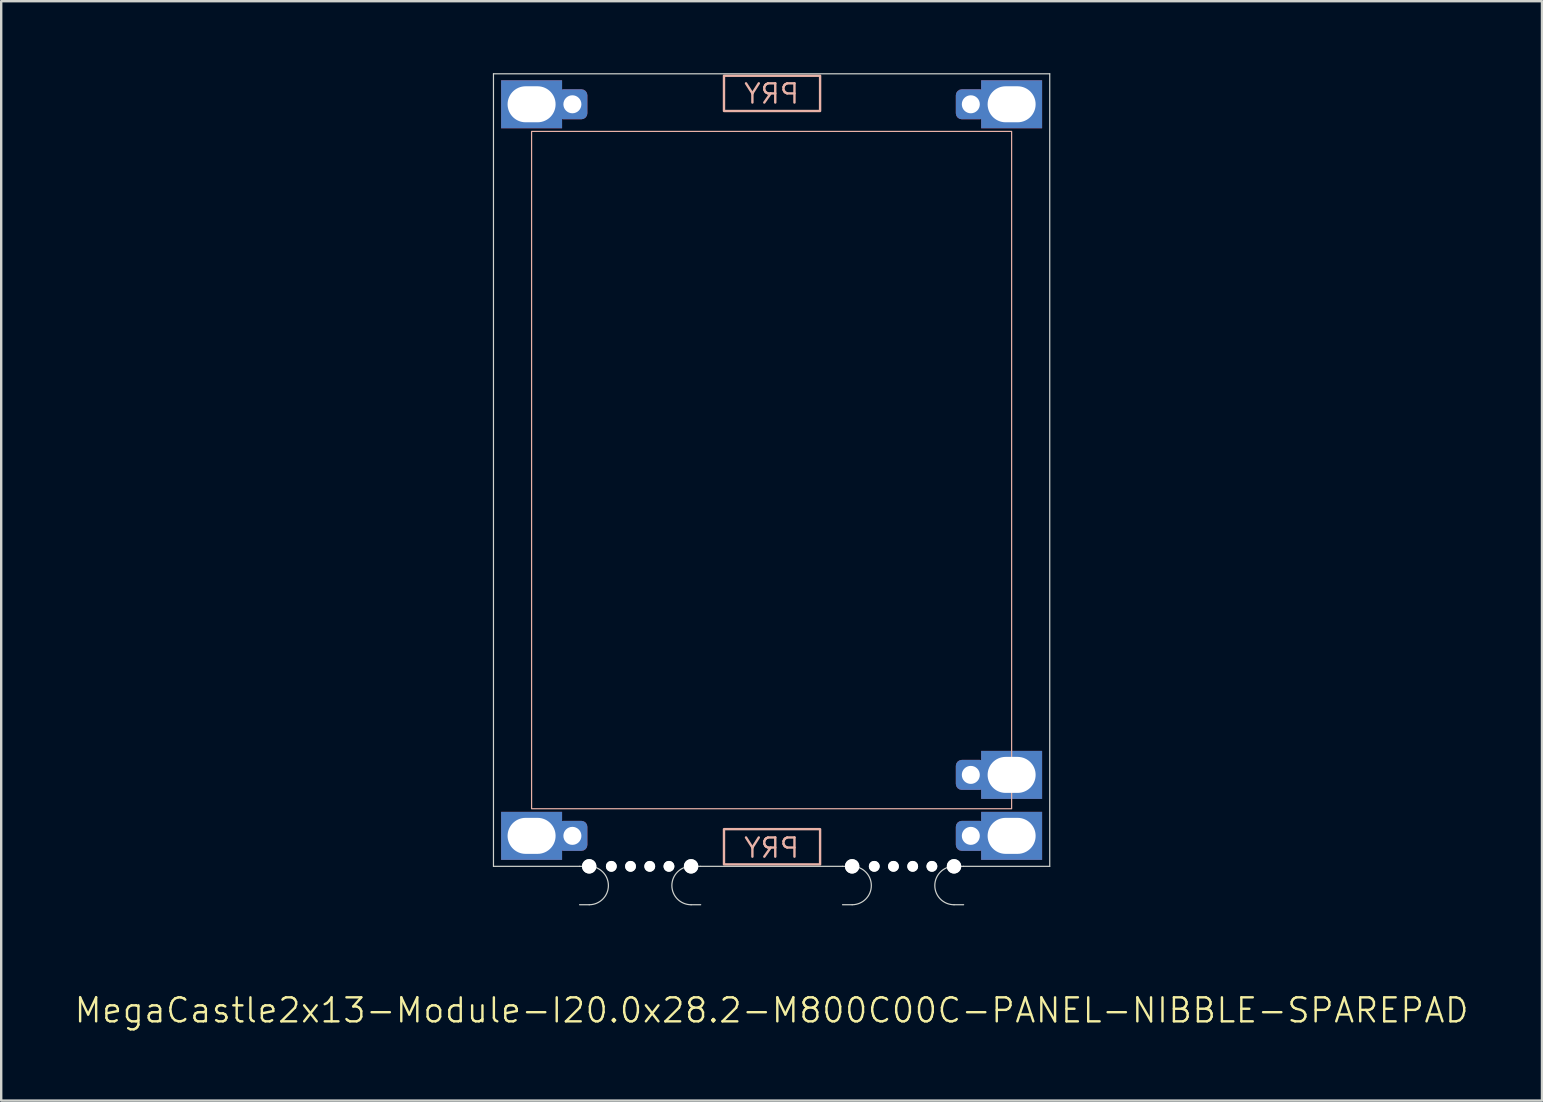
<source format=kicad_pcb>
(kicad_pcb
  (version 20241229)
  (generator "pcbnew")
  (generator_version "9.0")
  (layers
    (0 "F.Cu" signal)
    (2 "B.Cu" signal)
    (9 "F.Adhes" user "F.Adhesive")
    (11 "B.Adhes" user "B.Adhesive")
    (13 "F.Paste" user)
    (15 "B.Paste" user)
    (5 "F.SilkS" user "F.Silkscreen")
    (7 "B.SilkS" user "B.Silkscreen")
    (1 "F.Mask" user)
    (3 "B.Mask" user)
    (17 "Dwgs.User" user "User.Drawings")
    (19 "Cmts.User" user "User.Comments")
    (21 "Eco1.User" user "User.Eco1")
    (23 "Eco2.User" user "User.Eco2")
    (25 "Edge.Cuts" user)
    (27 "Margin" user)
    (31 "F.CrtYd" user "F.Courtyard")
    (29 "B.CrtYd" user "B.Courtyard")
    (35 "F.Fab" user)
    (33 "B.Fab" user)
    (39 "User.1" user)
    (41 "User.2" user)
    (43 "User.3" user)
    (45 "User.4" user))
  (footprint "MegaCastle2x13-Module-I20.0x28.2-M800C00C-PANEL-NIBBLE-SPAREPAD"
    (layer "F.Cu")
    (at 29.098 16.535)
    (property "Reference" "MegaCastle2x13-Module-I20.0x28.2-M800C00C-PANEL-NIBBLE-SPAREPAD" (at 0 22.51 0) (unlocked yes) (layer "F.SilkS") (effects (font (size 1 1) (thickness 0.1))))
    (attr smd)
    (fp_rect (start -10 14.11) (end 10 -14.11) (stroke (width 0.05) (type default)) (fill no) (layer "B.SilkS"))
    (fp_rect (start -1.984 -14.961) (end 2.02 -16.43) (stroke (width 0.1) (type default)) (fill no) (layer "B.SilkS"))
    (fp_rect (start -1.984 14.961) (end 2.02 16.43) (stroke (width 0.1) (type default)) (fill no) (layer "B.SilkS"))
    (fp_line (start -11.588 -16.51) (end -11.588 16.51) (stroke (width 0.05) (type default)) (layer "Edge.Cuts"))
    (fp_line (start -11.588 -16.51) (end 11.588 -16.51) (stroke (width 0.05) (type default)) (layer "Edge.Cuts"))
    (fp_line (start -11.588 16.51) (end -8 16.51) (stroke (width 0.05) (type default)) (layer "Edge.Cuts"))
    (fp_line (start -8 16.51) (end -7.6 16.51) (stroke (width 0.05) (type default)) (layer "Edge.Cuts"))
    (fp_line (start -8 18.11) (end -7.6 18.11) (stroke (width 0.05) (type default)) (layer "Edge.Cuts"))
    (fp_line (start -2.955 16.51) (end -3.355 16.51) (stroke (width 0.05) (type default)) (layer "Edge.Cuts"))
    (fp_line (start -2.955 16.51) (end 2.955 16.51) (stroke (width 0.05) (type default)) (layer "Edge.Cuts"))
    (fp_line (start -2.955 18.11) (end -3.355 18.11) (stroke (width 0.05) (type default)) (layer "Edge.Cuts"))
    (fp_line (start 2.955 16.51) (end 3.355 16.51) (stroke (width 0.05) (type default)) (layer "Edge.Cuts"))
    (fp_line (start 2.955 18.11) (end 3.355 18.11) (stroke (width 0.05) (type default)) (layer "Edge.Cuts"))
    (fp_line (start 8 16.51) (end 7.6 16.51) (stroke (width 0.05) (type default)) (layer "Edge.Cuts"))
    (fp_line (start 8 16.51) (end 11.588 16.51) (stroke (width 0.05) (type default)) (layer "Edge.Cuts"))
    (fp_line (start 8 18.11) (end 7.6 18.11) (stroke (width 0.05) (type default)) (layer "Edge.Cuts"))
    (fp_line (start 11.588 -16.51) (end 11.588 16.51) (stroke (width 0.05) (type default)) (layer "Edge.Cuts"))
    (fp_arc (start -7.6 16.51) (mid -6.8 17.309999) (end -7.6 18.110001) (stroke (width 0.05) (type default)) (layer "Edge.Cuts"))
    (fp_arc (start -3.355 18.110001) (mid -4.155 17.310001) (end -3.355 16.51) (stroke (width 0.05) (type default)) (layer "Edge.Cuts"))
    (fp_arc (start 3.355 16.51) (mid 4.155 17.309999) (end 3.355 18.110001) (stroke (width 0.05) (type default)) (layer "Edge.Cuts"))
    (fp_arc (start 7.6 18.110001) (mid 6.799999 17.31) (end 7.6 16.51) (stroke (width 0.05) (type default)) (layer "Edge.Cuts"))
    (fp_text user "PRY" (at 0 16.21 0) (unlocked yes) (layer "B.SilkS") (effects (font (size 0.8 0.8) (thickness 0.1)) (justify bottom mirror)))
    (fp_text user "PRY" (at 0 -15.21 0) (unlocked yes) (layer "B.SilkS") (effects (font (size 0.8 0.8) (thickness 0.1)) (justify bottom mirror)))
    (pad "" np_thru_hole circle (at -7.6 16.51) (size 0.6 0.6) (drill 0.6) (layers "*.Cu" "Edge.Cuts"))
    (pad "" np_thru_hole circle (at -6.678 16.51) (size 0.45 0.45) (drill 0.45) (layers "*.Cu" "Edge.Cuts"))
    (pad "" np_thru_hole circle (at -5.878 16.51) (size 0.45 0.45) (drill 0.45) (layers "*.Cu" "Edge.Cuts"))
    (pad "" np_thru_hole circle (at -5.077 16.51) (size 0.45 0.45) (drill 0.45) (layers "*.Cu" "Edge.Cuts"))
    (pad "" np_thru_hole circle (at -4.277 16.51) (size 0.45 0.45) (drill 0.45) (layers "*.Cu" "Edge.Cuts"))
    (pad "" np_thru_hole circle (at -3.355 16.51) (size 0.6 0.6) (drill 0.6) (layers "*.Cu" "Edge.Cuts"))
    (pad "" np_thru_hole circle (at 3.355 16.51) (size 0.6 0.6) (drill 0.6) (layers "*.Cu" "Edge.Cuts"))
    (pad "" np_thru_hole circle (at 4.277 16.51) (size 0.45 0.45) (drill 0.45) (layers "*.Cu" "Edge.Cuts"))
    (pad "" np_thru_hole circle (at 5.077 16.51) (size 0.45 0.45) (drill 0.45) (layers "*.Cu" "Edge.Cuts"))
    (pad "" np_thru_hole circle (at 5.878 16.51) (size 0.45 0.45) (drill 0.45) (layers "*.Cu" "Edge.Cuts"))
    (pad "" np_thru_hole circle (at 6.678 16.51) (size 0.45 0.45) (drill 0.45) (layers "*.Cu" "Edge.Cuts"))
    (pad "" np_thru_hole circle (at 7.6 16.51) (size 0.6 0.6) (drill 0.6) (layers "*.Cu" "Edge.Cuts"))
    (pad "1" thru_hole rect (at -10 -15.24) (size 2.54 2) (drill oval 2 1.5) (property pad_prop_castellated) (layers "*.Cu" "*.Mask"))
    (pad "1" thru_hole roundrect (at -8.3 -15.24 180) (size 1.25 1.25) (drill 0.75) (layers "*.Cu" "*.Mask") (roundrect_rratio 0.2))
    (pad "13" thru_hole rect (at -10 15.24) (size 2.54 2) (drill oval 2 1.5) (property pad_prop_castellated) (layers "*.Cu" "*.Mask"))
    (pad "13" thru_hole roundrect (at -8.3 15.24 180) (size 1.25 1.25) (drill 0.75) (layers "*.Cu" "*.Mask") (roundrect_rratio 0.2))
    (pad "14" thru_hole roundrect (at 8.3 -15.24 180) (size 1.25 1.25) (drill 0.75) (layers "*.Cu" "*.Mask") (roundrect_rratio 0.2))
    (pad "14" thru_hole rect (at 10 -15.24) (size 2.54 2) (drill oval 2 1.5) (property pad_prop_castellated) (layers "*.Cu" "*.Mask"))
    (pad "25" thru_hole roundrect (at 8.3 12.7 180) (size 1.25 1.25) (drill 0.75) (layers "*.Cu" "*.Mask") (roundrect_rratio 0.2))
    (pad "25" thru_hole rect (at 10 12.7) (size 2.54 2) (drill oval 2 1.5) (property pad_prop_castellated) (layers "*.Cu" "*.Mask"))
    (pad "26" thru_hole roundrect (at 8.3 15.24 180) (size 1.25 1.25) (drill 0.75) (layers "*.Cu" "*.Mask") (roundrect_rratio 0.2))
    (pad "26" thru_hole rect (at 10 15.24) (size 2.54 2) (drill oval 2 1.5) (property pad_prop_castellated) (layers "*.Cu" "*.Mask"))
    (zone (net_name "") (layer "B.Cu") (hatch edge 0.5) (connect_pads) (min_thickness 0.25) (filled_areas_thickness no) (keepout (tracks allowed) (vias allowed) (pads allowed) (copperpour allowed) (footprints not_allowed)) (placement (enabled no)) (fill) (polygon (pts (xy 19.098 33.045) (xy 19.098 0.025))))
    (zone (net_name "") (layer "B.Cu") (hatch edge 0.5) (connect_pads) (min_thickness 0.25) (filled_areas_thickness no) (keepout (tracks allowed) (vias allowed) (pads allowed) (copperpour allowed) (footprints not_allowed)) (placement (enabled no)) (fill) (polygon (pts (xy 39.098 33.045) (xy 39.098 0.025))))
    (zone (net_name "") (layer "B.Cu") (hatch edge 0.5) (connect_pads) (min_thickness 0.25) (filled_areas_thickness no) (keepout (tracks allowed) (vias allowed) (pads allowed) (copperpour allowed) (footprints not_allowed)) (placement (enabled no)) (fill) (polygon (pts (xy 19.098 0.025) (xy 19.098 2.425) (xy 39.098 2.425) (xy 39.098 0.025))))
    (zone (net_name "") (layer "B.Cu") (hatch edge 0.5) (connect_pads) (min_thickness 0.25) (filled_areas_thickness no) (keepout (tracks allowed) (vias allowed) (pads allowed) (copperpour allowed) (footprints not_allowed)) (placement (enabled no)) (fill) (polygon (pts (xy 19.098 33.045) (xy 19.098 30.645) (xy 39.098 30.645) (xy 39.098 33.045))))
    (zone (net_name "") (layer "B.Cu") (name "Upper Pry Zone") (hatch edge 0.5) (connect_pads) (min_thickness 0.25) (filled_areas_thickness no) (keepout (tracks not_allowed) (vias not_allowed) (pads not_allowed) (copperpour allowed) (footprints not_allowed)) (placement (enabled no)) (fill) (polygon (pts (xy 27.113 1.574) (xy 27.113 0.105) (xy 31.117 0.105) (xy 31.117 1.574))))
    (zone (net_name "") (layer "B.Cu") (name "Upper Pry Zone") (hatch edge 0.5) (connect_pads) (min_thickness 0.25) (filled_areas_thickness no) (keepout (tracks not_allowed) (vias not_allowed) (pads not_allowed) (copperpour allowed) (footprints not_allowed)) (placement (enabled no)) (fill) (polygon (pts (xy 27.113 31.496) (xy 27.113 32.965) (xy 31.117 32.965) (xy 31.117 31.496)))))
  (gr_rect
    (start -3 -3)
    (end 61.195 42.806)
    (stroke (width 0.1) (type default))
    (fill no)
    (layer "Edge.Cuts")))
</source>
